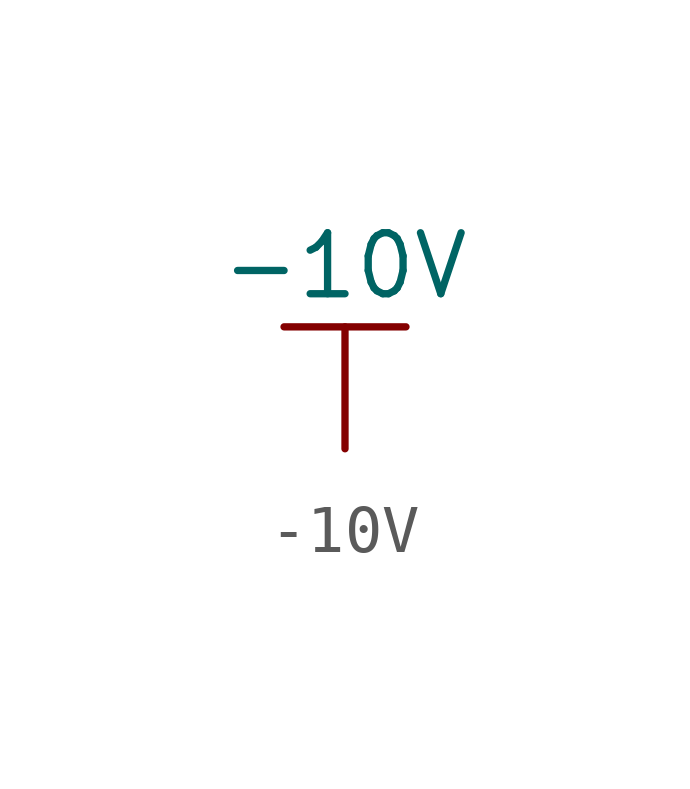
<source format=kicad_sym>
(kicad_symbol_lib
  (version 20220914)
  (generator kicad_symbol_editor)
  (symbol "-10V"
    (power)
    (pin_names
      (offset 0))
    (property "Reference" "#PWR"
      (at 0 2.54 0)
      (effects (font (size 1.27 1.27)) hide))
    (property "Value" "-10V"
      (at 0 3.81 0)
      (effects (font (size 1.27 1.27))))
    (symbol "-10V_0_0"
      (pin power_in line (at 0 0 90) (length 0) hide (name "-10V" (effects (font (size 1.27 1.27)))) (number "1" (effects (font (size 1.27 1.27))))))
    (symbol "-10V_0_1"
      (polyline (pts (xy -1.27 2.54) (xy 1.27 2.54)) (stroke (width 0) (type solid)) (fill (type none)))
      (polyline (pts (xy 0 0) (xy 0 2.54)) (stroke (width 0) (type solid)) (fill (type none))))))
</source>
